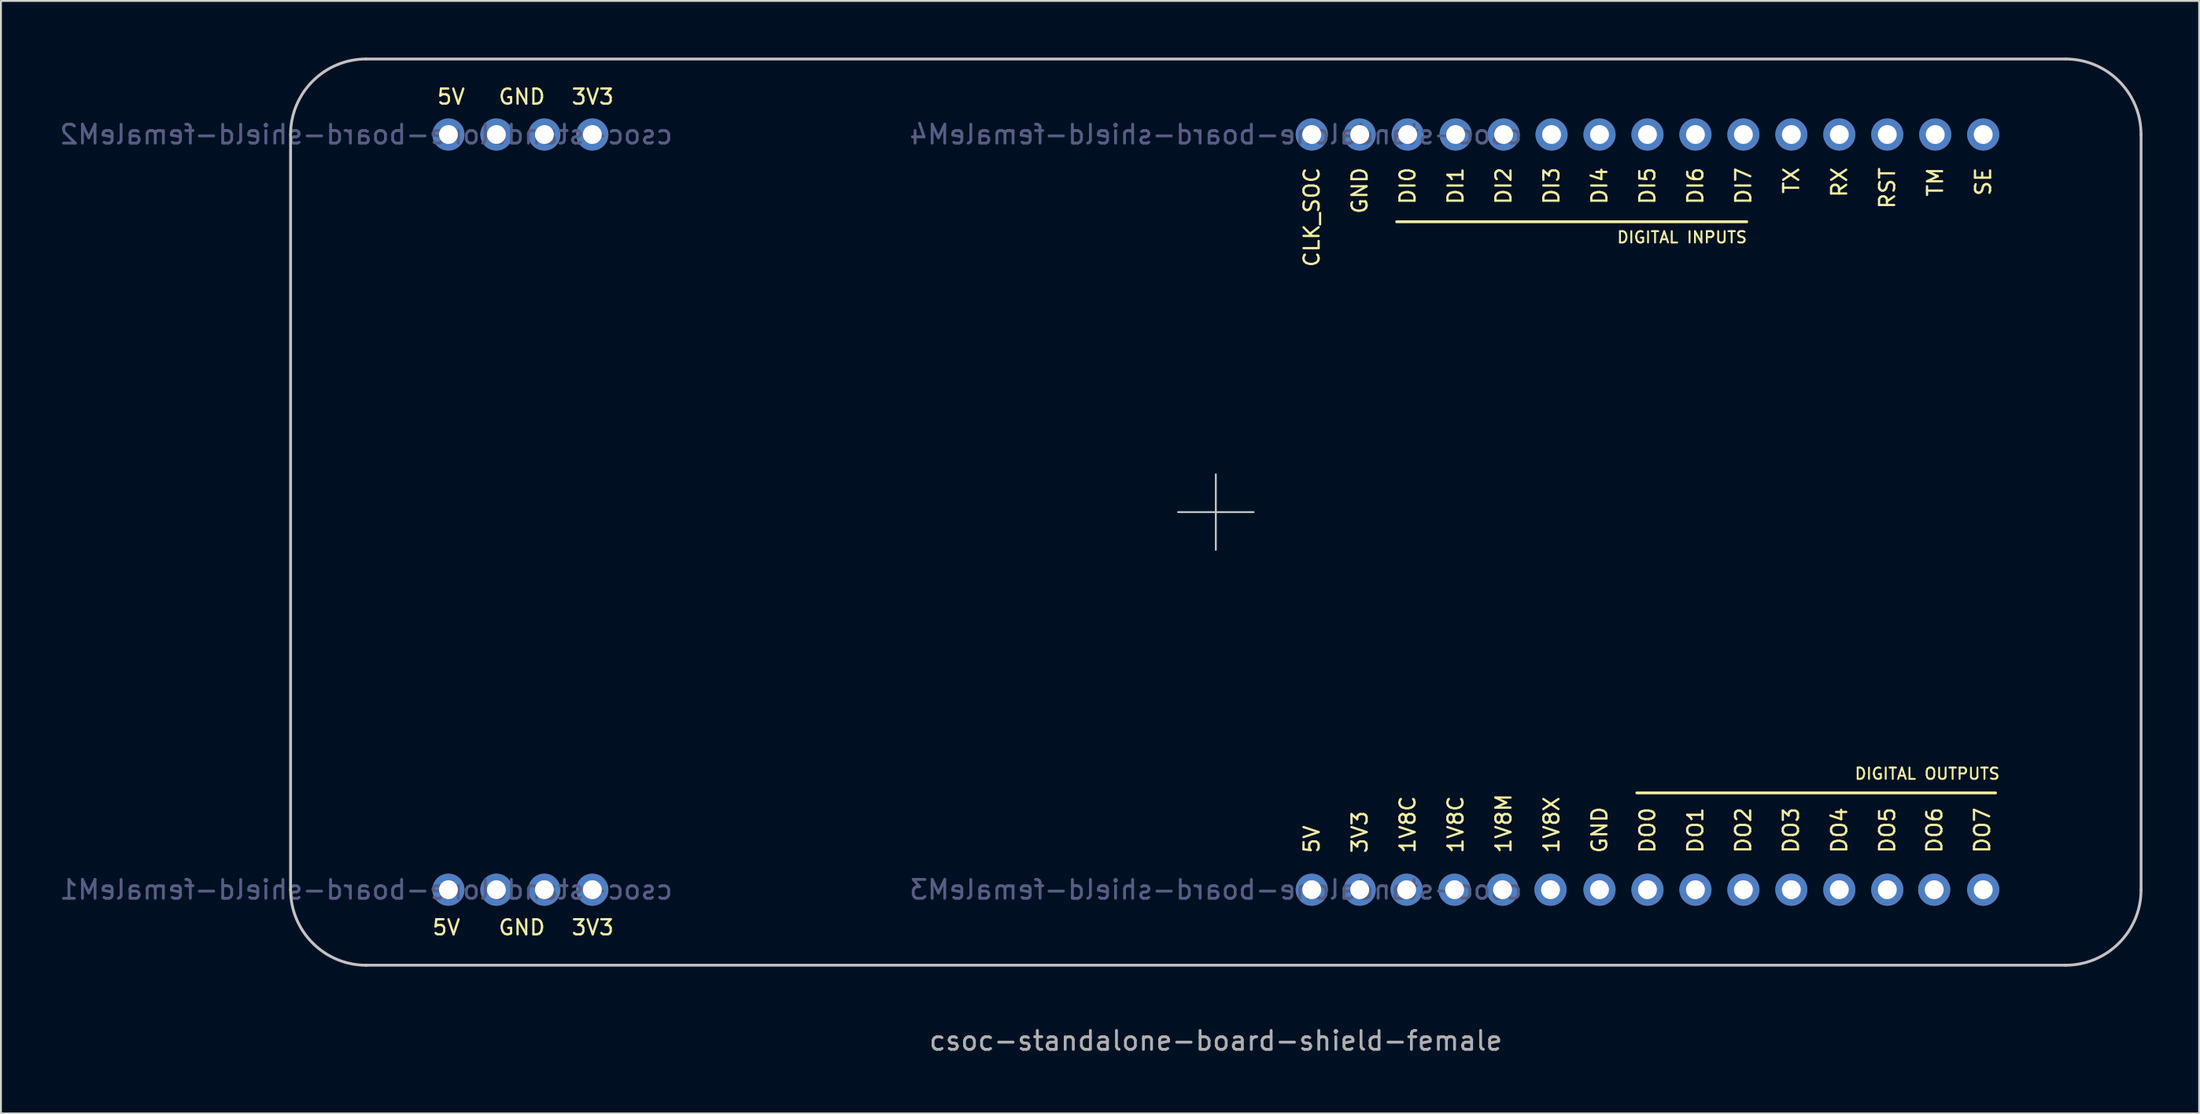
<source format=kicad_pcb>
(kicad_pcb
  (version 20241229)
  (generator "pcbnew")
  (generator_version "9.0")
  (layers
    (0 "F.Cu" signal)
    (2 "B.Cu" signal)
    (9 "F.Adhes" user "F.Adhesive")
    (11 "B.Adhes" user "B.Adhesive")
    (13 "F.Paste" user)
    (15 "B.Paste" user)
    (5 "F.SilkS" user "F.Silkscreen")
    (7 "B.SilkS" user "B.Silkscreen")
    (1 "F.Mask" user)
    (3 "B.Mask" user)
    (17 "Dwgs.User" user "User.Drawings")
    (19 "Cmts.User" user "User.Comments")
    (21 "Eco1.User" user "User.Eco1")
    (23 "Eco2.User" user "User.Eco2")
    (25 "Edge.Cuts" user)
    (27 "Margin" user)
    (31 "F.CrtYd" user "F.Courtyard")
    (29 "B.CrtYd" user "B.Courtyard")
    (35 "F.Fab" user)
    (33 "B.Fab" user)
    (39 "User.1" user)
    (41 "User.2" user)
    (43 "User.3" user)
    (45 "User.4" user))
  (footprint "csoc-standalone-board-shield-female"
    (layer "F.Cu")
    (at 61.339 24.075)
    (property "Reference" "csoc-standalone-board-shield-female" (at 0 28 180) (layer "F.Fab") (effects (font (size 1 1) (thickness 0.15))))
    (attr exclude_from_pos_files exclude_from_bom)
    (fp_line (start 9.576 -15.379) (end 28.118 -15.379) (stroke (width 0.15) (type solid)) (layer "F.SilkS"))
    (fp_line (start 22.805 18.107) (end 22.805 18.107) (stroke (width 0.01) (type solid)) (layer "F.SilkS"))
    (fp_line (start 22.805 18.107) (end 22.805 18.107) (stroke (width 0.01) (type solid)) (layer "F.SilkS"))
    (fp_line (start 27.618 -14.236) (end 27.618 -14.236) (stroke (width 0.01) (type solid)) (layer "F.SilkS"))
    (fp_line (start 41.296 14.873) (end 22.296 14.873) (stroke (width 0.15) (type solid)) (layer "F.SilkS"))
    (fp_line (start -49 -20) (end -49 20) (stroke (width 0.15) (type solid)) (layer "Dwgs.User"))
    (fp_line (start -2 0) (end 2 0) (stroke (width 0.1) (type solid)) (layer "Dwgs.User"))
    (fp_line (start 0 -2) (end 0 2) (stroke (width 0.1) (type solid)) (layer "Dwgs.User"))
    (fp_line (start 45 -24) (end -45 -24) (stroke (width 0.15) (type solid)) (layer "Dwgs.User"))
    (fp_line (start 45 24) (end -45 24) (stroke (width 0.15) (type solid)) (layer "Dwgs.User"))
    (fp_line (start 49 -20) (end 49 20) (stroke (width 0.15) (type solid)) (layer "Dwgs.User"))
    (fp_arc (start -49 -20) (mid -47.828427 -22.828427) (end -45 -24) (stroke (width 0.15) (type solid)) (layer "Dwgs.User"))
    (fp_arc (start -45 24) (mid -47.828427 22.828427) (end -49 20) (stroke (width 0.15) (type solid)) (layer "Dwgs.User"))
    (fp_arc (start 45 -24) (mid 47.828427 -22.828427) (end 49 -20) (stroke (width 0.15) (type solid)) (layer "Dwgs.User"))
    (fp_arc (start 49 20) (mid 47.828427 22.828427) (end 45 24) (stroke (width 0.15) (type solid)) (layer "Dwgs.User"))
    (fp_text user "5V" (at 5.08 17.328 90) (layer "F.SilkS") (effects (font (size 0.8 0.8) (thickness 0.12))))
    (fp_text user "GND" (at -36.75 -22 180) (layer "F.SilkS") (effects (font (size 0.8 0.8) (thickness 0.12))))
    (fp_text user "DI5" (at 22.86 -17.278 90) (layer "F.SilkS") (effects (font (size 0.8 0.8) (thickness 0.12))))
    (fp_text user "DI1" (at 12.7 -17.278 90) (layer "F.SilkS") (effects (font (size 0.8 0.8) (thickness 0.12))))
    (fp_text user "TX" (at 30.48 -17.563 90) (layer "F.SilkS") (effects (font (size 0.8 0.8) (thickness 0.12))))
    (fp_text user "DIGITAL INPUTS" (at 24.689 -14.554 180) (layer "F.SilkS") (effects (font (size 0.6 0.6) (thickness 0.1))))
    (fp_text user "DI6" (at 25.4 -17.278 90) (layer "F.SilkS") (effects (font (size 0.8 0.8) (thickness 0.12))))
    (fp_text user "5V" (at -40.5 -22 180) (layer "F.SilkS") (effects (font (size 0.8 0.8) (thickness 0.12))))
    (fp_text user "DI0" (at 10.16 -17.278 90) (layer "F.SilkS") (effects (font (size 0.8 0.8) (thickness 0.12))))
    (fp_text user "DI7" (at 27.94 -17.278 90) (layer "F.SilkS") (effects (font (size 0.8 0.8) (thickness 0.12))))
    (fp_text user "GND" (at 7.62 -17.03 90) (layer "F.SilkS") (effects (font (size 0.8 0.8) (thickness 0.12))))
    (fp_text user "RX" (at 33.02 -17.468 90) (layer "F.SilkS") (effects (font (size 0.8 0.8) (thickness 0.12))))
    (fp_text user "1V8C" (at 12.7 16.547 90) (layer "F.SilkS") (effects (font (size 0.8 0.8) (thickness 0.12))))
    (fp_text user "DIGITAL OUTPUTS" (at 37.677 13.857 180) (layer "F.SilkS") (effects (font (size 0.6 0.6) (thickness 0.1))))
    (fp_text user "TM" (at 38.1 -17.487 90) (layer "F.SilkS") (effects (font (size 0.8 0.8) (thickness 0.12))))
    (fp_text user "DO2" (at 27.933 16.852 90) (layer "F.SilkS") (effects (font (size 0.8 0.8) (thickness 0.12))))
    (fp_text user "DO6" (at 38.058 16.852 90) (layer "F.SilkS") (effects (font (size 0.8 0.8) (thickness 0.12))))
    (fp_text user "DI3" (at 17.78 -17.278 90) (layer "F.SilkS") (effects (font (size 0.8 0.8) (thickness 0.12))))
    (fp_text user "RST" (at 35.56 -17.163 90) (layer "F.SilkS") (effects (font (size 0.8 0.8) (thickness 0.12))))
    (fp_text user "GND" (at 20.32 16.833 90) (layer "F.SilkS") (effects (font (size 0.8 0.8) (thickness 0.12))))
    (fp_text user "3V3" (at -33 -22 180) (layer "F.SilkS") (effects (font (size 0.8 0.8) (thickness 0.12))))
    (fp_text user "DO0" (at 22.86 16.852 90) (layer "F.SilkS") (effects (font (size 0.8 0.8) (thickness 0.12))))
    (fp_text user "1V8C" (at 10.16 16.547 90) (layer "F.SilkS") (effects (font (size 0.8 0.8) (thickness 0.12))))
    (fp_text user "DO7" (at 40.589 16.852 90) (layer "F.SilkS") (effects (font (size 0.8 0.8) (thickness 0.12))))
    (fp_text user "GND" (at -36.75 22 180) (layer "F.SilkS") (effects (font (size 0.8 0.8) (thickness 0.12))))
    (fp_text user "DO3" (at 30.464 16.852 90) (layer "F.SilkS") (effects (font (size 0.8 0.8) (thickness 0.12))))
    (fp_text user "1V8X" (at 17.78 16.566 90) (layer "F.SilkS") (effects (font (size 0.8 0.8) (thickness 0.12))))
    (fp_text user "DO1" (at 25.4 16.852 90) (layer "F.SilkS") (effects (font (size 0.8 0.8) (thickness 0.12))))
    (fp_text user "CLK_SOC" (at 5.08 -15.62 90) (layer "F.SilkS") (effects (font (size 0.8 0.8) (thickness 0.12))))
    (fp_text user "DI2" (at 15.24 -17.278 90) (layer "F.SilkS") (effects (font (size 0.8 0.8) (thickness 0.12))))
    (fp_text user "SE" (at 40.64 -17.506 90) (layer "F.SilkS") (effects (font (size 0.8 0.8) (thickness 0.12))))
    (fp_text user "5V" (at -40.75 22 180) (layer "F.SilkS") (effects (font (size 0.8 0.8) (thickness 0.12))))
    (fp_text user "DO4" (at 33.02 16.852 90) (layer "F.SilkS") (effects (font (size 0.8 0.8) (thickness 0.12))))
    (fp_text user "3V3" (at 7.62 16.947 90) (layer "F.SilkS") (effects (font (size 0.8 0.8) (thickness 0.12))))
    (fp_text user "1V8M" (at 15.24 16.49 90) (layer "F.SilkS") (effects (font (size 0.8 0.8) (thickness 0.12))))
    (fp_text user "3V3" (at -33 22 180) (layer "F.SilkS") (effects (font (size 0.8 0.8) (thickness 0.12))))
    (fp_text user "DO5" (at 35.56 16.852 90) (layer "F.SilkS") (effects (font (size 0.8 0.8) (thickness 0.12))))
    (fp_text user "DI4" (at 20.32 -17.278 90) (layer "F.SilkS") (effects (font (size 0.8 0.8) (thickness 0.12))))
    (fp_text user "${REFERENCE}M3" (at 0 20 180) (layer "B.Fab") (effects (font (size 1 1) (thickness 0.15)) (justify mirror)))
    (fp_text user "${REFERENCE}M2" (at -45 -20 180) (layer "B.Fab") (effects (font (size 1 1) (thickness 0.15)) (justify mirror)))
    (fp_text user "${REFERENCE}M1" (at -45 20 180) (layer "B.Fab") (effects (font (size 1 1) (thickness 0.15)) (justify mirror)))
    (fp_text user "${REFERENCE}M4" (at 0 -20 180) (layer "B.Fab") (effects (font (size 1 1) (thickness 0.15)) (justify mirror)))
    (pad "1" thru_hole oval (at -40.64 -20 90) (size 1.7 1.7) (drill 1) (layers "*.Cu" "*.Mask"))
    (pad "1" thru_hole oval (at -40.64 20 90) (size 1.7 1.7) (drill 1) (layers "*.Cu" "*.Mask"))
    (pad "1" thru_hole oval (at 5.08 20 90) (size 1.7 1.7) (drill 1) (layers "*.Cu" "*.Mask"))
    (pad "2" thru_hole oval (at -33.02 -20 90) (size 1.7 1.7) (drill 1) (layers "*.Cu" "*.Mask"))
    (pad "2" thru_hole oval (at -33.02 20 90) (size 1.7 1.7) (drill 1) (layers "*.Cu" "*.Mask"))
    (pad "2" thru_hole oval (at 7.62 20 90) (size 1.7 1.7) (drill 1) (layers "*.Cu" "*.Mask"))
    (pad "3" thru_hole oval (at 10.105 20 90) (size 1.7 1.7) (drill 1) (layers "*.Cu" "*.Mask"))
    (pad "4" thru_hole oval (at 12.645 20 90) (size 1.7 1.7) (drill 1) (layers "*.Cu" "*.Mask"))
    (pad "5" thru_hole oval (at 15.185 20 90) (size 1.7 1.7) (drill 1) (layers "*.Cu" "*.Mask"))
    (pad "6" thru_hole oval (at 17.725 20 90) (size 1.7 1.7) (drill 1) (layers "*.Cu" "*.Mask"))
    (pad "7" thru_hole oval (at 20.32 20 90) (size 1.7 1.7) (drill 1) (layers "*.Cu" "*.Mask"))
    (pad "8" thru_hole oval (at 22.86 20 90) (size 1.7 1.7) (drill 1) (layers "*.Cu" "*.Mask"))
    (pad "9" thru_hole oval (at 25.4 20 90) (size 1.7 1.7) (drill 1) (layers "*.Cu" "*.Mask"))
    (pad "10" thru_hole oval (at 27.94 20 90) (size 1.7 1.7) (drill 1) (layers "*.Cu" "*.Mask"))
    (pad "11" thru_hole oval (at 30.48 20 90) (size 1.7 1.7) (drill 1) (layers "*.Cu" "*.Mask"))
    (pad "12" thru_hole oval (at 33.02 20 90) (size 1.7 1.7) (drill 1) (layers "*.Cu" "*.Mask"))
    (pad "13" thru_hole oval (at 35.56 20 90) (size 1.7 1.7) (drill 1) (layers "*.Cu" "*.Mask"))
    (pad "14" thru_hole oval (at 38.045 20 90) (size 1.7 1.7) (drill 1) (layers "*.Cu" "*.Mask"))
    (pad "15" thru_hole oval (at 40.64 20 90) (size 1.7 1.7) (drill 1) (layers "*.Cu" "*.Mask"))
    (pad "16" thru_hole oval (at 40.64 -20 90) (size 1.7 1.7) (drill 1) (layers "*.Cu" "*.Mask"))
    (pad "17" thru_hole oval (at 38.1 -20 90) (size 1.7 1.7) (drill 1) (layers "*.Cu" "*.Mask"))
    (pad "18" thru_hole oval (at 35.56 -20 90) (size 1.7 1.7) (drill 1) (layers "*.Cu" "*.Mask"))
    (pad "19" thru_hole oval (at 33.02 -20 90) (size 1.7 1.7) (drill 1) (layers "*.Cu" "*.Mask"))
    (pad "20" thru_hole oval (at 30.48 -20 90) (size 1.7 1.7) (drill 1) (layers "*.Cu" "*.Mask"))
    (pad "21" thru_hole oval (at 27.94 -20 90) (size 1.7 1.7) (drill 1) (layers "*.Cu" "*.Mask"))
    (pad "22" thru_hole oval (at 25.4 -20 90) (size 1.7 1.7) (drill 1) (layers "*.Cu" "*.Mask"))
    (pad "23" thru_hole oval (at 22.86 -20 90) (size 1.7 1.7) (drill 1) (layers "*.Cu" "*.Mask"))
    (pad "24" thru_hole oval (at 20.32 -20 90) (size 1.7 1.7) (drill 1) (layers "*.Cu" "*.Mask"))
    (pad "25" thru_hole oval (at 17.78 -20 90) (size 1.7 1.7) (drill 1) (layers "*.Cu" "*.Mask"))
    (pad "26" thru_hole oval (at 15.24 -20 90) (size 1.7 1.7) (drill 1) (layers "*.Cu" "*.Mask"))
    (pad "27" thru_hole oval (at 12.7 -20 90) (size 1.7 1.7) (drill 1) (layers "*.Cu" "*.Mask"))
    (pad "28" thru_hole oval (at 10.16 -20 90) (size 1.7 1.7) (drill 1) (layers "*.Cu" "*.Mask"))
    (pad "29" thru_hole oval (at -38.1 -20 90) (size 1.7 1.7) (drill 1) (layers "*.Cu" "*.Mask"))
    (pad "29" thru_hole oval (at -38.1 20 90) (size 1.7 1.7) (drill 1) (layers "*.Cu" "*.Mask"))
    (pad "29" thru_hole oval (at -35.56 -20 90) (size 1.7 1.7) (drill 1) (layers "*.Cu" "*.Mask"))
    (pad "29" thru_hole oval (at -35.56 20 90) (size 1.7 1.7) (drill 1) (layers "*.Cu" "*.Mask"))
    (pad "29" thru_hole oval (at 7.62 -20 90) (size 1.7 1.7) (drill 1) (layers "*.Cu" "*.Mask"))
    (pad "30" thru_hole oval (at 5.08 -20 90) (size 1.7 1.7) (drill 1) (layers "*.Cu" "*.Mask")))
  (gr_rect
    (start -3 -3)
    (end 113.414 55.923)
    (stroke (width 0.1) (type default))
    (fill no)
    (layer "Edge.Cuts")))
</source>
